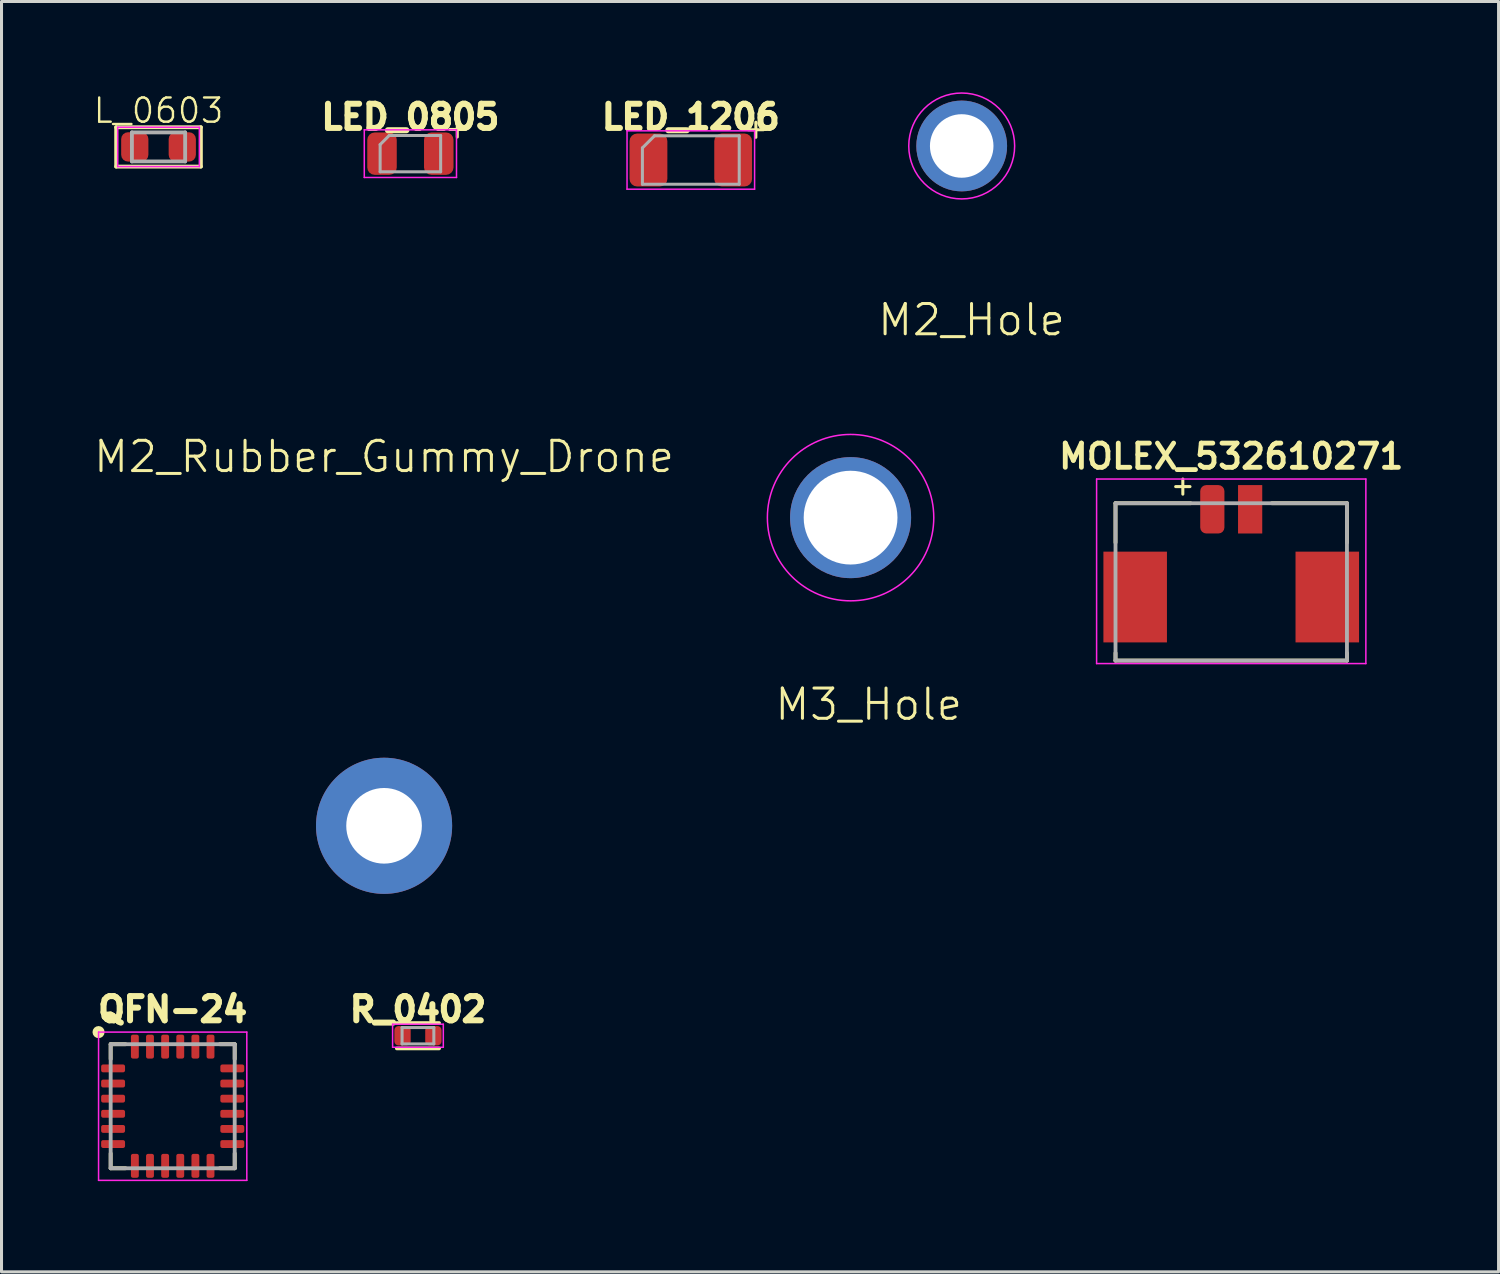
<source format=kicad_pcb>
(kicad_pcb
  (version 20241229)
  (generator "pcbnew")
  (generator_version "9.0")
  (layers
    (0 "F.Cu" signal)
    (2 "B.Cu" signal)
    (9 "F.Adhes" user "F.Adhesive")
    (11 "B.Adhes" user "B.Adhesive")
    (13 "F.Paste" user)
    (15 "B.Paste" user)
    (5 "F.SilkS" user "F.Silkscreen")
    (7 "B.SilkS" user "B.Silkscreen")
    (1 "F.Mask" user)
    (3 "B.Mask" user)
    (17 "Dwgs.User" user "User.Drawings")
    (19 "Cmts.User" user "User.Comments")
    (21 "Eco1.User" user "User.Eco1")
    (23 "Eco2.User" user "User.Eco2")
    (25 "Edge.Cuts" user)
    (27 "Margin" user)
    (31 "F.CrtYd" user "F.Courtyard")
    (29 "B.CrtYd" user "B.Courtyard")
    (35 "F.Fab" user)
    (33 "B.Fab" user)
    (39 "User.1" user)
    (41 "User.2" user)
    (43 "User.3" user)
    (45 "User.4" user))
  (footprint "M3_Hole"
    (layer "F.Cu")
    (at 25.065 14.06)
    (property "Reference" "M3_Hole" (at 0.6 6.175 0) (unlocked yes) (layer "F.SilkS") (effects (font (size 1 1) (thickness 0.1))))
    (attr smd)
    (fp_circle (center 0 0) (end 2.75 0) (stroke (width 0.05) (type default)) (fill no) (layer "F.CrtYd"))
    (pad "" np_thru_hole circle (at 0 0) (size 4 4) (drill 3.1) (layers "*.Cu" "*.Mask")))
  (footprint "M2_Rubber_Gummy_Drone"
    (layer "F.Cu")
    (at 9.645 24.246)
    (property "Reference" "M2_Rubber_Gummy_Drone" (at 0 -12.2 0) (unlocked yes) (layer "F.SilkS") (effects (font (size 1 1) (thickness 0.1))))
    (attr through_hole exclude_from_bom)
    (pad "0" thru_hole circle (at 0 0) (size 4.5 4.5) (drill 2.5) (layers "*.Cu" "*.Mask")))
  (footprint "R_0402"
    (layer "F.Cu")
    (at 10.765 31.185)
    (property "Reference" "R_0402" (at 0 -0.87 0) (layer "F.SilkS") (effects (font (size 0.8 0.8) (thickness 0.2) (bold yes))))
    (attr smd)
    (fp_line (start -0.7 -0.42) (end 0.7 -0.42) (stroke (width 0.12) (type solid)) (layer "F.SilkS"))
    (fp_line (start -0.7 0.42) (end 0.7 0.42) (stroke (width 0.12) (type solid)) (layer "F.SilkS"))
    (fp_line (start -0.838 -0.381) (end 0.838 -0.381) (stroke (width 0.05) (type solid)) (layer "F.CrtYd"))
    (fp_line (start -0.838 0.381) (end -0.838 -0.381) (stroke (width 0.05) (type solid)) (layer "F.CrtYd"))
    (fp_line (start 0.838 -0.381) (end 0.838 0.381) (stroke (width 0.05) (type solid)) (layer "F.CrtYd"))
    (fp_line (start 0.838 0.381) (end -0.838 0.381) (stroke (width 0.05) (type solid)) (layer "F.CrtYd"))
    (fp_line (start -0.525 -0.27) (end 0.525 -0.27) (stroke (width 0.1) (type solid)) (layer "F.Fab"))
    (fp_line (start -0.525 0.27) (end -0.525 -0.27) (stroke (width 0.1) (type solid)) (layer "F.Fab"))
    (fp_line (start 0.525 -0.27) (end 0.525 0.27) (stroke (width 0.1) (type solid)) (layer "F.Fab"))
    (fp_line (start 0.525 0.27) (end -0.525 0.27) (stroke (width 0.1) (type solid)) (layer "F.Fab"))
    (pad "1" smd roundrect (at -0.51 0) (size 0.54 0.64) (layers "F.Cu" "F.Mask" "F.Paste") (roundrect_rratio 0.25))
    (pad "2" smd roundrect (at 0.51 0) (size 0.54 0.64) (layers "F.Cu" "F.Mask" "F.Paste") (roundrect_rratio 0.25)))
  (footprint "LED_0805"
    (layer "F.Cu")
    (at 10.515 2.029)
    (property "Reference" "LED_0805" (at 0 -1.21 0) (layer "F.SilkS") (effects (font (size 0.8 0.8) (thickness 0.2) (bold yes))))
    (attr smd)
    (fp_line (start 1.55 -1.05) (end 1.55 -0.55) (stroke (width 0.1) (type solid)) (layer "F.SilkS"))
    (fp_line (start 1.8 -0.8) (end 1.3 -0.8) (stroke (width 0.1) (type solid)) (layer "F.SilkS"))
    (fp_line (start -1.524 -0.787) (end 1.524 -0.787) (stroke (width 0.05) (type solid)) (layer "F.CrtYd"))
    (fp_line (start -1.524 0.787) (end -1.524 -0.787) (stroke (width 0.05) (type solid)) (layer "F.CrtYd"))
    (fp_line (start 1.524 -0.787) (end 1.524 0.787) (stroke (width 0.05) (type solid)) (layer "F.CrtYd"))
    (fp_line (start 1.524 0.787) (end -1.524 0.787) (stroke (width 0.05) (type solid)) (layer "F.CrtYd"))
    (fp_line (start -1 -0.3) (end -1 0.6) (stroke (width 0.1) (type solid)) (layer "F.Fab"))
    (fp_line (start -1 0.6) (end 1 0.6) (stroke (width 0.1) (type solid)) (layer "F.Fab"))
    (fp_line (start -0.7 -0.6) (end -1 -0.3) (stroke (width 0.1) (type solid)) (layer "F.Fab"))
    (fp_line (start 1 -0.6) (end -0.7 -0.6) (stroke (width 0.1) (type solid)) (layer "F.Fab"))
    (fp_line (start 1 0.6) (end 1 -0.6) (stroke (width 0.1) (type solid)) (layer "F.Fab"))
    (pad "1" smd roundrect (at -0.938 0) (size 0.975 1.4) (layers "F.Cu" "F.Mask" "F.Paste") (roundrect_rratio 0.25))
    (pad "2" smd roundrect (at 0.938 0) (size 0.975 1.4) (layers "F.Cu" "F.Mask" "F.Paste") (roundrect_rratio 0.25)))
  (footprint "MOLEX_532610271"
    (layer "F.Cu")
    (at 37.647 16.184)
    (property "Reference" "MOLEX_532610271" (at 0 -4.15 0) (layer "F.SilkS") (effects (font (size 0.8 0.8) (thickness 0.16) (bold yes))))
    (attr smd)
    (fp_poly (pts (xy -4.301 -1.076) (xy -2.049 -1.076) (xy -2.049 2.076) (xy -4.301 2.076)) (stroke (width 0.01) (type solid)) (fill yes) (layer "F.Mask"))
    (fp_poly (pts (xy -1.101 -3.276) (xy -0.15 -3.276) (xy -0.149 -1.524) (xy -1.101 -1.524)) (stroke (width 0.01) (type solid)) (fill yes) (layer "F.Mask"))
    (fp_poly (pts (xy 0.149 -3.276) (xy 1.101 -3.276) (xy 1.101 -1.524) (xy 0.149 -1.524)) (stroke (width 0.01) (type solid)) (fill yes) (layer "F.Mask"))
    (fp_poly (pts (xy 2.049 -1.076) (xy 4.301 -1.076) (xy 4.301 2.076) (xy 2.049 2.076)) (stroke (width 0.01) (type solid)) (fill yes) (layer "F.Mask"))
    (fp_line (start -3.825 -2.6) (end -1.345 -2.6) (stroke (width 0.127) (type solid)) (layer "F.SilkS"))
    (fp_line (start -3.825 -1.3) (end -3.825 -2.6) (stroke (width 0.127) (type solid)) (layer "F.SilkS"))
    (fp_line (start -3.825 2.6) (end -3.825 2.35) (stroke (width 0.127) (type solid)) (layer "F.SilkS"))
    (fp_line (start -3.825 2.6) (end 3.825 2.6) (stroke (width 0.127) (type solid)) (layer "F.SilkS"))
    (fp_line (start -1.837 -3.15) (end -1.363 -3.15) (stroke (width 0.1) (type default)) (layer "F.SilkS"))
    (fp_line (start -1.6 -3.4) (end -1.6 -2.9) (stroke (width 0.1) (type default)) (layer "F.SilkS"))
    (fp_line (start 1.345 -2.6) (end 3.825 -2.6) (stroke (width 0.127) (type solid)) (layer "F.SilkS"))
    (fp_line (start 3.825 -2.6) (end 3.825 -1.3) (stroke (width 0.127) (type solid)) (layer "F.SilkS"))
    (fp_line (start 3.825 2.6) (end 3.825 2.35) (stroke (width 0.127) (type solid)) (layer "F.SilkS"))
    (fp_line (start -4.45 2.7) (end -4.45 -3.4) (stroke (width 0.05) (type solid)) (layer "F.CrtYd"))
    (fp_line (start 4.45 -3.4) (end -4.45 -3.4) (stroke (width 0.05) (type solid)) (layer "F.CrtYd"))
    (fp_line (start 4.45 -3.4) (end 4.45 2.7) (stroke (width 0.05) (type solid)) (layer "F.CrtYd"))
    (fp_line (start 4.45 2.7) (end -4.45 2.7) (stroke (width 0.05) (type solid)) (layer "F.CrtYd"))
    (fp_line (start -3.825 -2.6) (end 3.825 -2.6) (stroke (width 0.127) (type solid)) (layer "F.Fab"))
    (fp_line (start -3.825 2.6) (end -3.825 -2.6) (stroke (width 0.127) (type solid)) (layer "F.Fab"))
    (fp_line (start 3.825 -2.6) (end 3.825 2.6) (stroke (width 0.127) (type solid)) (layer "F.Fab"))
    (fp_line (start 3.825 2.6) (end -3.825 2.6) (stroke (width 0.127) (type solid)) (layer "F.Fab"))
    (pad "1" smd roundrect (at -0.625 -2.4) (size 0.8 1.6) (layers "F.Cu" "F.Paste") (roundrect_rratio 0.25))
    (pad "2" smd rect (at 0.625 -2.4) (size 0.8 1.6) (layers "F.Cu" "F.Paste"))
    (pad "S1" smd rect (at -3.175 0.5) (size 2.1 3) (layers "F.Cu" "F.Paste"))
    (pad "S2" smd rect (at 3.175 0.5) (size 2.1 3) (layers "F.Cu" "F.Paste")))
  (footprint "LED_1206"
    (layer "F.Cu")
    (at 19.784 2.239)
    (property "Reference" "LED_1206" (at 0 -1.42 0) (layer "F.SilkS") (effects (font (size 0.8 0.8) (thickness 0.2) (bold yes))))
    (attr smd)
    (fp_line (start 2.15 -1.25) (end 2.15 -0.75) (stroke (width 0.1) (type solid)) (layer "F.SilkS"))
    (fp_line (start 2.4 -1) (end 1.9 -1) (stroke (width 0.1) (type solid)) (layer "F.SilkS"))
    (fp_line (start -2.108 -0.965) (end 2.108 -0.965) (stroke (width 0.05) (type solid)) (layer "F.CrtYd"))
    (fp_line (start -2.108 0.965) (end -2.108 -0.965) (stroke (width 0.05) (type solid)) (layer "F.CrtYd"))
    (fp_line (start 2.108 -0.965) (end 2.108 0.965) (stroke (width 0.05) (type solid)) (layer "F.CrtYd"))
    (fp_line (start 2.108 0.965) (end -2.108 0.965) (stroke (width 0.05) (type solid)) (layer "F.CrtYd"))
    (fp_line (start -1.6 -0.4) (end -1.6 0.8) (stroke (width 0.1) (type solid)) (layer "F.Fab"))
    (fp_line (start -1.6 0.8) (end 1.6 0.8) (stroke (width 0.1) (type solid)) (layer "F.Fab"))
    (fp_line (start -1.2 -0.8) (end -1.6 -0.4) (stroke (width 0.1) (type solid)) (layer "F.Fab"))
    (fp_line (start 1.6 -0.8) (end -1.2 -0.8) (stroke (width 0.1) (type solid)) (layer "F.Fab"))
    (fp_line (start 1.6 0.8) (end 1.6 -0.8) (stroke (width 0.1) (type solid)) (layer "F.Fab"))
    (pad "1" smd roundrect (at -1.4 0) (size 1.25 1.75) (layers "F.Cu" "F.Mask" "F.Paste") (roundrect_rratio 0.2))
    (pad "2" smd roundrect (at 1.4 0) (size 1.25 1.75) (layers "F.Cu" "F.Mask" "F.Paste") (roundrect_rratio 0.2)))
  (footprint "QFN-24"
    (layer "F.Cu")
    (at 2.658 33.515)
    (property "Reference" "QFN-24" (at 0 -3.2 0) (layer "F.SilkS") (effects (font (size 0.8 0.8) (thickness 0.2) (bold yes))))
    (attr smd)
    (fp_line (start -2.05 -1.56) (end -2.05 -2.05) (stroke (width 0.127) (type solid)) (layer "F.SilkS"))
    (fp_line (start -2.05 2.05) (end -2.05 1.56) (stroke (width 0.127) (type solid)) (layer "F.SilkS"))
    (fp_line (start -1.56 -2.05) (end -2.05 -2.05) (stroke (width 0.127) (type solid)) (layer "F.SilkS"))
    (fp_line (start -1.56 2.05) (end -2.05 2.05) (stroke (width 0.127) (type solid)) (layer "F.SilkS"))
    (fp_line (start 1.56 -2.05) (end 2.05 -2.05) (stroke (width 0.127) (type solid)) (layer "F.SilkS"))
    (fp_line (start 2.05 -2.05) (end 2.05 -1.56) (stroke (width 0.127) (type solid)) (layer "F.SilkS"))
    (fp_line (start 2.05 1.56) (end 2.05 2.05) (stroke (width 0.127) (type solid)) (layer "F.SilkS"))
    (fp_line (start 2.05 2.05) (end 1.56 2.05) (stroke (width 0.127) (type solid)) (layer "F.SilkS"))
    (fp_circle (center -2.45 -2.45) (end -2.35 -2.45) (stroke (width 0.2) (type solid)) (fill no) (layer "F.SilkS"))
    (fp_line (start -2.45 -2.45) (end 2.45 -2.45) (stroke (width 0.05) (type solid)) (layer "F.CrtYd"))
    (fp_line (start -2.45 2.45) (end -2.45 -2.45) (stroke (width 0.05) (type solid)) (layer "F.CrtYd"))
    (fp_line (start 2.45 -2.45) (end 2.45 2.45) (stroke (width 0.05) (type solid)) (layer "F.CrtYd"))
    (fp_line (start 2.45 2.45) (end -2.45 2.45) (stroke (width 0.05) (type solid)) (layer "F.CrtYd"))
    (fp_line (start -2.05 -2.05) (end -2.05 2.05) (stroke (width 0.127) (type solid)) (layer "F.Fab"))
    (fp_line (start 2.05 -2.05) (end -2.05 -2.05) (stroke (width 0.127) (type solid)) (layer "F.Fab"))
    (fp_line (start 2.05 -2.05) (end 2.05 2.05) (stroke (width 0.127) (type solid)) (layer "F.Fab"))
    (fp_line (start 2.05 2.05) (end -2.05 2.05) (stroke (width 0.127) (type solid)) (layer "F.Fab"))
    (pad "1" smd roundrect (at -1.97 -1.25) (size 0.79 0.26) (layers "F.Cu" "F.Mask" "F.Paste") (roundrect_rratio 0.25))
    (pad "2" smd roundrect (at -1.97 -0.75) (size 0.79 0.26) (layers "F.Cu" "F.Mask" "F.Paste") (roundrect_rratio 0.25))
    (pad "3" smd roundrect (at -1.97 -0.25) (size 0.79 0.26) (layers "F.Cu" "F.Mask" "F.Paste") (roundrect_rratio 0.25))
    (pad "4" smd roundrect (at -1.97 0.25) (size 0.79 0.26) (layers "F.Cu" "F.Mask" "F.Paste") (roundrect_rratio 0.25))
    (pad "5" smd roundrect (at -1.97 0.75) (size 0.79 0.26) (layers "F.Cu" "F.Mask" "F.Paste") (roundrect_rratio 0.25))
    (pad "6" smd roundrect (at -1.97 1.25) (size 0.79 0.26) (layers "F.Cu" "F.Mask" "F.Paste") (roundrect_rratio 0.25))
    (pad "7" smd roundrect (at -1.25 1.97 270) (size 0.79 0.26) (layers "F.Cu" "F.Mask" "F.Paste") (roundrect_rratio 0.25))
    (pad "8" smd roundrect (at -0.75 1.97 270) (size 0.79 0.26) (layers "F.Cu" "F.Mask" "F.Paste") (roundrect_rratio 0.25))
    (pad "9" smd roundrect (at -0.25 1.97 270) (size 0.79 0.26) (layers "F.Cu" "F.Mask" "F.Paste") (roundrect_rratio 0.25))
    (pad "10" smd roundrect (at 0.25 1.97 270) (size 0.79 0.26) (layers "F.Cu" "F.Mask" "F.Paste") (roundrect_rratio 0.25))
    (pad "11" smd roundrect (at 0.75 1.97 270) (size 0.79 0.26) (layers "F.Cu" "F.Mask" "F.Paste") (roundrect_rratio 0.25))
    (pad "12" smd roundrect (at 1.25 1.97 270) (size 0.79 0.26) (layers "F.Cu" "F.Mask" "F.Paste") (roundrect_rratio 0.25))
    (pad "13" smd roundrect (at 1.97 1.25) (size 0.79 0.26) (layers "F.Cu" "F.Mask" "F.Paste") (roundrect_rratio 0.25))
    (pad "14" smd roundrect (at 1.97 0.75) (size 0.79 0.26) (layers "F.Cu" "F.Mask" "F.Paste") (roundrect_rratio 0.25))
    (pad "15" smd roundrect (at 1.97 0.25) (size 0.79 0.26) (layers "F.Cu" "F.Mask" "F.Paste") (roundrect_rratio 0.25))
    (pad "16" smd roundrect (at 1.97 -0.25) (size 0.79 0.26) (layers "F.Cu" "F.Mask" "F.Paste") (roundrect_rratio 0.25))
    (pad "17" smd roundrect (at 1.97 -0.75) (size 0.79 0.26) (layers "F.Cu" "F.Mask" "F.Paste") (roundrect_rratio 0.25))
    (pad "18" smd roundrect (at 1.97 -1.25) (size 0.79 0.26) (layers "F.Cu" "F.Mask" "F.Paste") (roundrect_rratio 0.25))
    (pad "19" smd roundrect (at 1.25 -1.97 270) (size 0.79 0.26) (layers "F.Cu" "F.Mask" "F.Paste") (roundrect_rratio 0.25))
    (pad "20" smd roundrect (at 0.75 -1.97 270) (size 0.79 0.26) (layers "F.Cu" "F.Mask" "F.Paste") (roundrect_rratio 0.25))
    (pad "21" smd roundrect (at 0.25 -1.97 270) (size 0.79 0.26) (layers "F.Cu" "F.Mask" "F.Paste") (roundrect_rratio 0.25))
    (pad "22" smd roundrect (at -0.25 -1.97 270) (size 0.79 0.26) (layers "F.Cu" "F.Mask" "F.Paste") (roundrect_rratio 0.25))
    (pad "23" smd roundrect (at -0.75 -1.97 270) (size 0.79 0.26) (layers "F.Cu" "F.Mask" "F.Paste") (roundrect_rratio 0.25))
    (pad "24" smd roundrect (at -1.25 -1.97 270) (size 0.79 0.26) (layers "F.Cu" "F.Mask" "F.Paste") (roundrect_rratio 0.25)))
  (footprint "L_0603"
    (layer "F.Cu")
    (at 2.19 1.806)
    (property "Reference" "L_0603" (at 0 -1.2 0) (layer "F.SilkS") (effects (font (size 0.8 0.8) (thickness 0.079) (bold yes))))
    (attr smd)
    (fp_line (start -1.4 -0.65) (end -1.4 0.65) (stroke (width 0.127) (type solid)) (layer "F.SilkS"))
    (fp_line (start 1.4 -0.65) (end -1.4 -0.65) (stroke (width 0.127) (type solid)) (layer "F.SilkS"))
    (fp_line (start 1.4 -0.65) (end 1.4 0.65) (stroke (width 0.127) (type solid)) (layer "F.SilkS"))
    (fp_line (start 1.4 0.65) (end -1.4 0.65) (stroke (width 0.127) (type solid)) (layer "F.SilkS"))
    (fp_line (start -1.35 -0.65) (end 1.35 -0.65) (stroke (width 0.05) (type solid)) (layer "F.CrtYd"))
    (fp_line (start -1.35 0.65) (end -1.35 -0.65) (stroke (width 0.05) (type solid)) (layer "F.CrtYd"))
    (fp_line (start -1.35 0.65) (end 1.35 0.65) (stroke (width 0.05) (type solid)) (layer "F.CrtYd"))
    (fp_line (start 1.35 0.65) (end 1.35 -0.65) (stroke (width 0.05) (type solid)) (layer "F.CrtYd"))
    (fp_line (start -0.88 0.48) (end -0.88 -0.48) (stroke (width 0.127) (type solid)) (layer "F.Fab"))
    (fp_line (start 0.88 -0.48) (end -0.88 -0.48) (stroke (width 0.127) (type solid)) (layer "F.Fab"))
    (fp_line (start 0.88 0.48) (end -0.88 0.48) (stroke (width 0.127) (type solid)) (layer "F.Fab"))
    (fp_line (start 0.88 0.48) (end 0.88 -0.48) (stroke (width 0.127) (type solid)) (layer "F.Fab"))
    (pad "1" smd roundrect (at -0.785 0) (size 0.9 0.97) (layers "F.Cu" "F.Mask" "F.Paste") (roundrect_rratio 0.25))
    (pad "2" smd roundrect (at 0.785 0) (size 0.9 0.97) (layers "F.Cu" "F.Mask" "F.Paste") (roundrect_rratio 0.25)))
  (footprint "M2_Hole"
    (layer "F.Cu")
    (at 28.738 1.775)
    (property "Reference" "M2_Hole" (at 0.325 5.75 0) (unlocked yes) (layer "F.SilkS") (effects (font (size 1 1) (thickness 0.1))))
    (attr smd)
    (fp_circle (center 0 0) (end 1.75 0) (stroke (width 0.05) (type default)) (fill no) (layer "F.CrtYd"))
    (pad "" np_thru_hole circle (at 0 0) (size 3 3) (drill 2.1) (layers "*.Cu" "*.Mask")))
  (gr_rect
    (start -3 -3)
    (end 46.483 38.99)
    (stroke (width 0.1) (type default))
    (fill no)
    (layer "Edge.Cuts")))
</source>
